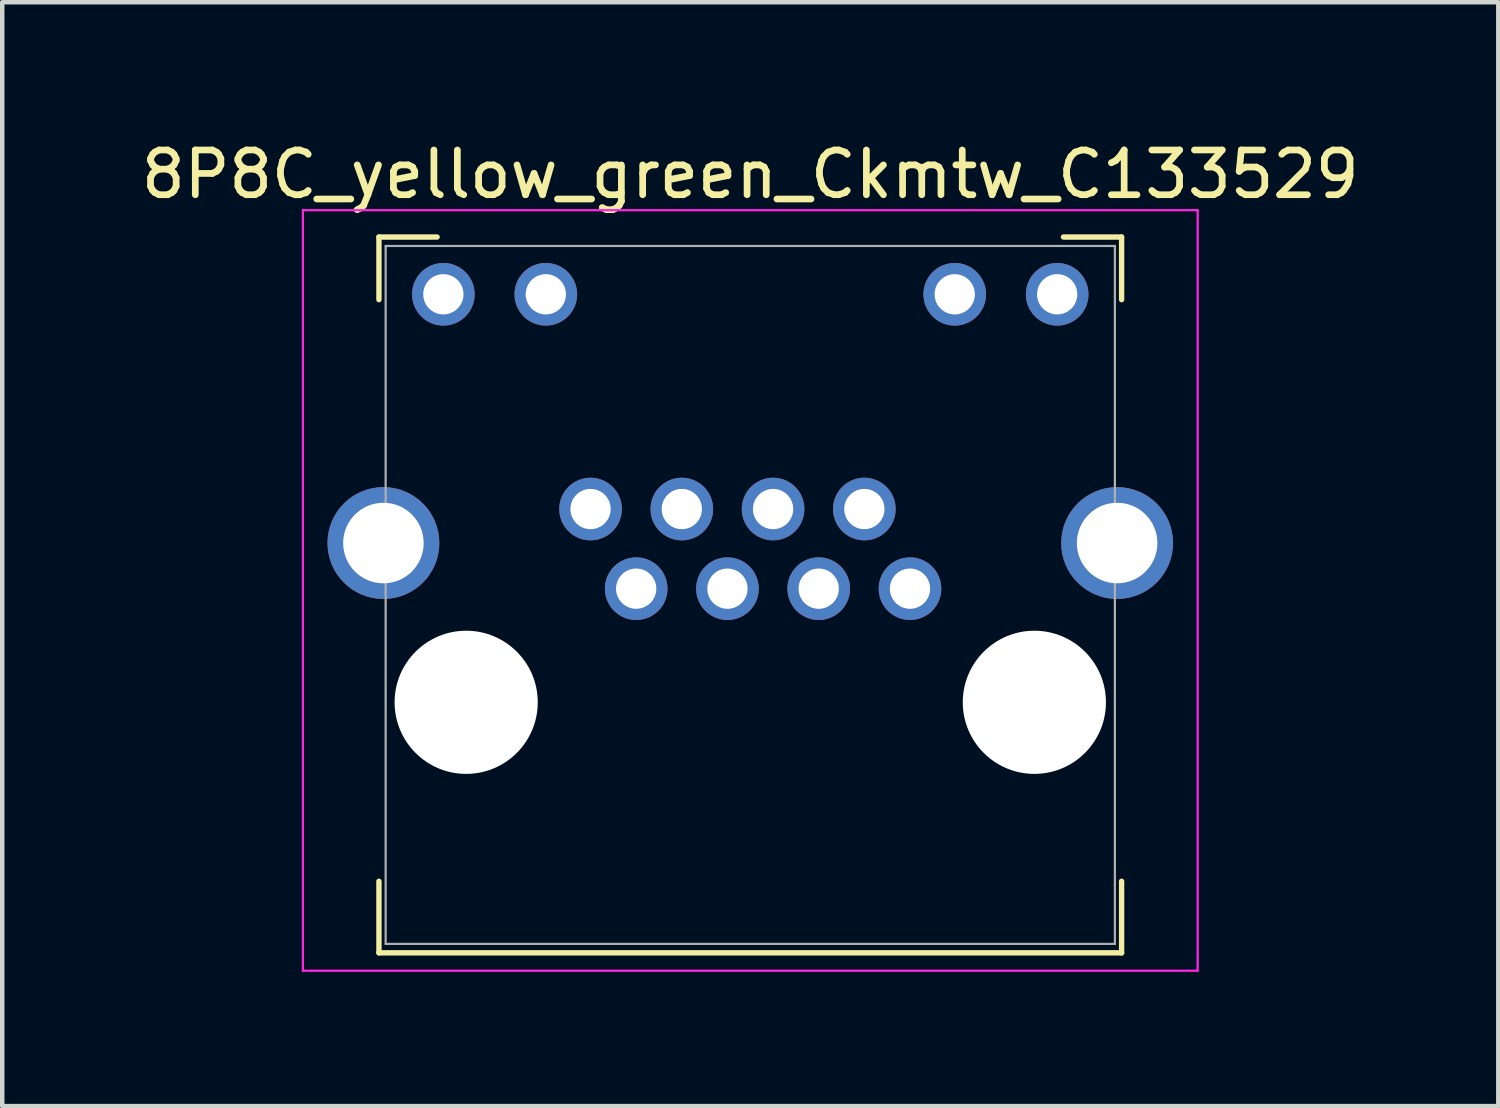
<source format=kicad_pcb>
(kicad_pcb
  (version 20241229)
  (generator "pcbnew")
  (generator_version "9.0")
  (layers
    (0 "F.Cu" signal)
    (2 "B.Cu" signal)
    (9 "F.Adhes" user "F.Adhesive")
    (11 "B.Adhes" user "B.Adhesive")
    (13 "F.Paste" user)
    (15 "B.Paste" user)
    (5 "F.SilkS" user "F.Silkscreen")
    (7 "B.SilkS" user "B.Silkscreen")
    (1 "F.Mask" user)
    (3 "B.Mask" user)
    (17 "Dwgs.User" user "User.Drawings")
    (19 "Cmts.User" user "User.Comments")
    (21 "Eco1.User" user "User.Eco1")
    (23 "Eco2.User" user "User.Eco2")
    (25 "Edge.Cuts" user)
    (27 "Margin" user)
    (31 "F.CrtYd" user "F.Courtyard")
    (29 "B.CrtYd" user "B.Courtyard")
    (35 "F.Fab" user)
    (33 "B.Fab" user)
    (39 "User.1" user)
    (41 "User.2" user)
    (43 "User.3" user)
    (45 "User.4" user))
  (footprint "8P8C_yellow_green_Ckmtw_C133529"
    (layer "F.Cu")
    (at 13.72 12.648)
    (property "Reference" "8P8C_yellow_green_Ckmtw_C133529" (at 0 -11.8 0) (layer "F.SilkS") (effects (font (size 1 1) (thickness 0.15))))
    (attr through_hole)
    (fp_line (start -8.3 -10.4) (end -8.3 -9) (stroke (width 0.12) (type solid)) (layer "F.SilkS"))
    (fp_line (start -8.3 4) (end -8.3 5.6) (stroke (width 0.12) (type solid)) (layer "F.SilkS"))
    (fp_line (start -8.3 5.6) (end 8.3 5.6) (stroke (width 0.12) (type solid)) (layer "F.SilkS"))
    (fp_line (start -7 -10.4) (end -8.3 -10.4) (stroke (width 0.12) (type solid)) (layer "F.SilkS"))
    (fp_line (start 7 -10.4) (end 8.3 -10.4) (stroke (width 0.12) (type solid)) (layer "F.SilkS"))
    (fp_line (start 8.3 -10.4) (end 8.3 -9) (stroke (width 0.12) (type solid)) (layer "F.SilkS"))
    (fp_line (start 8.3 5.6) (end 8.3 4) (stroke (width 0.12) (type solid)) (layer "F.SilkS"))
    (fp_line (start -10 -11) (end -10 6) (stroke (width 0.05) (type solid)) (layer "F.CrtYd"))
    (fp_line (start -10 6) (end 10 6) (stroke (width 0.05) (type solid)) (layer "F.CrtYd"))
    (fp_line (start 10 -11) (end -10 -11) (stroke (width 0.05) (type solid)) (layer "F.CrtYd"))
    (fp_line (start 10 6) (end 10 -11) (stroke (width 0.05) (type solid)) (layer "F.CrtYd"))
    (fp_line (start -8.15 -10.2) (end -8.15 5.4) (stroke (width 0.05) (type solid)) (layer "F.Fab"))
    (fp_line (start -8.15 -10.2) (end 8.15 -10.2) (stroke (width 0.05) (type solid)) (layer "F.Fab"))
    (fp_line (start -8.15 5.4) (end 8.15 5.4) (stroke (width 0.05) (type solid)) (layer "F.Fab"))
    (fp_line (start 8.15 5.4) (end 8.15 -10.2) (stroke (width 0.05) (type solid)) (layer "F.Fab"))
    (pad "" np_thru_hole circle (at -6.35 0 180) (size 3.2 3.2) (drill 3.2) (layers "*.Cu" "*.Mask"))
    (pad "" np_thru_hole circle (at 6.35 0) (size 3.2 3.2) (drill 3.2) (layers "*.Cu" "*.Mask"))
    (pad "1" thru_hole circle (at 3.57 -2.54) (size 1.4 1.4) (drill 0.9) (layers "*.Cu" "*.Mask"))
    (pad "2" thru_hole circle (at 2.55 -4.32) (size 1.4 1.4) (drill 0.9) (layers "*.Cu" "*.Mask"))
    (pad "3" thru_hole circle (at 1.53 -2.54) (size 1.4 1.4) (drill 0.9) (layers "*.Cu" "*.Mask"))
    (pad "4" thru_hole circle (at 0.51 -4.32) (size 1.4 1.4) (drill 0.9) (layers "*.Cu" "*.Mask"))
    (pad "5" thru_hole circle (at -0.51 -2.54) (size 1.4 1.4) (drill 0.9) (layers "*.Cu" "*.Mask"))
    (pad "6" thru_hole circle (at -1.53 -4.32) (size 1.4 1.4) (drill 0.9) (layers "*.Cu" "*.Mask"))
    (pad "7" thru_hole circle (at -2.55 -2.54) (size 1.4 1.4) (drill 0.9) (layers "*.Cu" "*.Mask"))
    (pad "8" thru_hole circle (at -3.57 -4.32) (size 1.4 1.4) (drill 0.9) (layers "*.Cu" "*.Mask"))
    (pad "9" thru_hole circle (at 6.86 -9.12) (size 1.4 1.4) (drill 0.9) (layers "*.Cu" "*.Mask"))
    (pad "10" thru_hole circle (at 4.57 -9.12) (size 1.4 1.4) (drill 0.9) (layers "*.Cu" "*.Mask"))
    (pad "11" thru_hole circle (at -4.57 -9.12) (size 1.4 1.4) (drill 0.9) (layers "*.Cu" "*.Mask"))
    (pad "12" thru_hole circle (at -6.86 -9.12) (size 1.4 1.4) (drill 0.9) (layers "*.Cu" "*.Mask"))
    (pad "SH" thru_hole circle (at -8.2 -3.56) (size 2.5 2.5) (drill 1.8) (layers "*.Cu" "*.Mask"))
    (pad "SH" thru_hole circle (at 8.2 -3.56) (size 2.5 2.5) (drill 1.8) (layers "*.Cu" "*.Mask")))
  (gr_rect
    (start -3 -3)
    (end 30.44 21.673)
    (stroke (width 0.1) (type default))
    (fill no)
    (layer "Edge.Cuts")))
</source>
